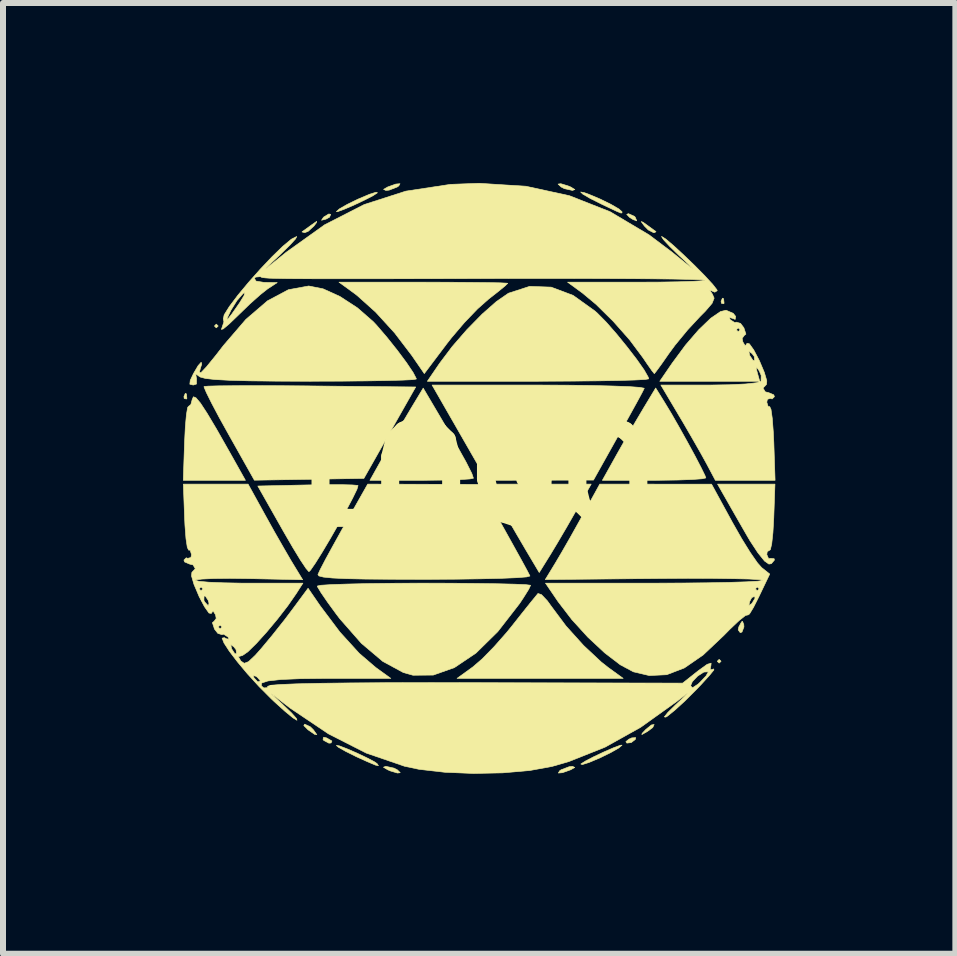
<source format=kicad_pcb>
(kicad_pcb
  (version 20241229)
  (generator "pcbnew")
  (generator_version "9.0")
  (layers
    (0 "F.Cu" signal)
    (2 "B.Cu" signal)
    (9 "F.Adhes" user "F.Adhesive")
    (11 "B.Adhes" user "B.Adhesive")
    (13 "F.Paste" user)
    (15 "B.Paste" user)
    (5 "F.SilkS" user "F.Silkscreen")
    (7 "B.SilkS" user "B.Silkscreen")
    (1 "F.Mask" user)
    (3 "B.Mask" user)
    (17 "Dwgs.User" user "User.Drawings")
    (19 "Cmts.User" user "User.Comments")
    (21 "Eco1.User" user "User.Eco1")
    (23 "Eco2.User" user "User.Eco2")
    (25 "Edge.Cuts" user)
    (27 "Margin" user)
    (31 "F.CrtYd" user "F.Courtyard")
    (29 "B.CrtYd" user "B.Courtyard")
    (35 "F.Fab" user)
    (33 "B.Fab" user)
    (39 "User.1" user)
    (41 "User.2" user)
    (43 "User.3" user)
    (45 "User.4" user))
  (footprint "LOGO"
    (layer "F.Cu")
    (at 4.905 4.892)
    (property "Reference" "LOGO" (at 0 0 0) (layer "F.SilkS") (effects (font (size 1.524 1.524) (thickness 0.3))))
    (attr through_hole)
    (fp_poly (pts (xy -4.318 -2.508) (xy -4.35 -2.477) (xy -4.381 -2.508) (xy -4.35 -2.54) (xy -4.318 -2.508)) (stroke (width 0.01) (type solid)) (fill yes) (layer "F.SilkS"))
    (fp_poly (pts (xy 4.064 3.08) (xy 4.032 3.111) (xy 4 3.08) (xy 4.032 3.048) (xy 4.064 3.08)) (stroke (width 0.01) (type solid)) (fill yes) (layer "F.SilkS"))
    (fp_poly (pts (xy -4.847 -1.376) (xy -4.84 -1.3) (xy -4.847 -1.291) (xy -4.885 -1.3) (xy -4.889 -1.333) (xy -4.866 -1.386) (xy -4.847 -1.376)) (stroke (width 0.01) (type solid)) (fill yes) (layer "F.SilkS"))
    (fp_poly (pts (xy 4.106 -2.963) (xy 4.114 -2.888) (xy 4.106 -2.879) (xy 4.069 -2.887) (xy 4.064 -2.921) (xy 4.087 -2.973) (xy 4.106 -2.963)) (stroke (width 0.01) (type solid)) (fill yes) (layer "F.SilkS"))
    (fp_poly (pts (xy -2.784 4.171) (xy -2.731 4.223) (xy -2.674 4.303) (xy -2.711 4.298) (xy -2.822 4.221) (xy -2.891 4.152) (xy -2.877 4.128) (xy -2.784 4.171)) (stroke (width 0.01) (type solid)) (fill yes) (layer "F.SilkS"))
    (fp_poly (pts (xy -2.512 4.357) (xy -2.422 4.409) (xy -2.437 4.442) (xy -2.473 4.445) (xy -2.559 4.399) (xy -2.571 4.382) (xy -2.561 4.346) (xy -2.512 4.357)) (stroke (width 0.01) (type solid)) (fill yes) (layer "F.SilkS"))
    (fp_poly (pts (xy -2.443 -4.369) (xy -2.462 -4.322) (xy -2.521 -4.29) (xy -2.596 -4.271) (xy -2.565 -4.318) (xy -2.557 -4.326) (xy -2.474 -4.376) (xy -2.443 -4.369)) (stroke (width 0.01) (type solid)) (fill yes) (layer "F.SilkS"))
    (fp_poly (pts (xy 2.622 -4.335) (xy 2.635 -4.318) (xy 2.658 -4.261) (xy 2.598 -4.282) (xy 2.54 -4.318) (xy 2.491 -4.369) (xy 2.52 -4.381) (xy 2.622 -4.335)) (stroke (width 0.01) (type solid)) (fill yes) (layer "F.SilkS"))
    (fp_poly (pts (xy 2.635 4.382) (xy 2.567 4.435) (xy 2.494 4.444) (xy 2.477 4.42) (xy 2.526 4.379) (xy 2.575 4.357) (xy 2.641 4.353) (xy 2.635 4.382)) (stroke (width 0.01) (type solid)) (fill yes) (layer "F.SilkS"))
    (fp_poly (pts (xy 2.925 4.184) (xy 2.839 4.248) (xy 2.743 4.302) (xy 2.748 4.282) (xy 2.808 4.218) (xy 2.901 4.142) (xy 2.948 4.134) (xy 2.925 4.184)) (stroke (width 0.01) (type solid)) (fill yes) (layer "F.SilkS"))
    (fp_poly (pts (xy -1.388 4.861) (xy -1.333 4.889) (xy -1.284 4.937) (xy -1.33 4.943) (xy -1.448 4.908) (xy -1.492 4.889) (xy -1.564 4.846) (xy -1.524 4.831) (xy -1.388 4.861)) (stroke (width 0.01) (type solid)) (fill yes) (layer "F.SilkS"))
    (fp_poly (pts (xy -1.308 -4.844) (xy -1.333 -4.826) (xy -1.469 -4.773) (xy -1.524 -4.768) (xy -1.562 -4.786) (xy -1.492 -4.826) (xy -1.358 -4.874) (xy -1.288 -4.88) (xy -1.308 -4.844)) (stroke (width 0.01) (type solid)) (fill yes) (layer "F.SilkS"))
    (fp_poly (pts (xy 1.512 -4.844) (xy 1.556 -4.826) (xy 1.627 -4.783) (xy 1.587 -4.768) (xy 1.452 -4.798) (xy 1.397 -4.826) (xy 1.347 -4.874) (xy 1.393 -4.88) (xy 1.512 -4.844)) (stroke (width 0.01) (type solid)) (fill yes) (layer "F.SilkS"))
    (fp_poly (pts (xy 1.625 4.85) (xy 1.556 4.889) (xy 1.421 4.937) (xy 1.352 4.943) (xy 1.371 4.908) (xy 1.397 4.889) (xy 1.533 4.837) (xy 1.587 4.831) (xy 1.625 4.85)) (stroke (width 0.01) (type solid)) (fill yes) (layer "F.SilkS"))
    (fp_poly (pts (xy 4.442 2.465) (xy 4.445 2.508) (xy 4.412 2.593) (xy 4.383 2.603) (xy 4.349 2.557) (xy 4.359 2.508) (xy 4.404 2.425) (xy 4.42 2.413) (xy 4.442 2.465)) (stroke (width 0.01) (type solid)) (fill yes) (layer "F.SilkS"))
    (fp_poly (pts (xy -2.68 -4.231) (xy -2.722 -4.175) (xy -2.819 -4.086) (xy -2.876 -4.064) (xy -2.921 -4.076) (xy -2.916 -4.082) (xy -2.85 -4.129) (xy -2.762 -4.193) (xy -2.676 -4.253) (xy -2.68 -4.231)) (stroke (width 0.01) (type solid)) (fill yes) (layer "F.SilkS"))
    (fp_poly (pts (xy 2.762 -4.239) (xy 2.826 -4.193) (xy 2.933 -4.115) (xy 2.979 -4.082) (xy 2.958 -4.065) (xy 2.939 -4.064) (xy 2.851 -4.109) (xy 2.786 -4.175) (xy 2.732 -4.249) (xy 2.762 -4.239)) (stroke (width 0.01) (type solid)) (fill yes) (layer "F.SilkS"))
    (fp_poly (pts (xy 1.638 0.587) (xy 1.489 0.847) (xy 1.338 1.104) (xy 1.216 1.307) (xy 1.205 1.324) (xy 1.033 1.601) (xy 0.812 1.229) (xy 0.655 0.961) (xy 0.485 0.668) (xy 0.386 0.492) (xy 0.181 0.127) (xy 1.899 0.127) (xy 1.638 0.587)) (stroke (width 0.01) (type solid)) (fill yes) (layer "F.SilkS"))
    (fp_poly (pts (xy -2.299 4.49) (xy -2.173 4.538) (xy -2.009 4.609) (xy -1.844 4.687) (xy -1.716 4.754) (xy -1.669 4.787) (xy -1.647 4.82) (xy -1.696 4.811) (xy -1.831 4.754) (xy -2.016 4.67) (xy -2.195 4.581) (xy -2.316 4.512) (xy -2.349 4.483) (xy -2.299 4.49)) (stroke (width 0.01) (type solid)) (fill yes) (layer "F.SilkS"))
    (fp_poly (pts (xy -1.663 -4.729) (xy -1.665 -4.728) (xy -1.741 -4.678) (xy -1.882 -4.606) (xy -2.051 -4.526) (xy -2.209 -4.458) (xy -2.32 -4.417) (xy -2.349 -4.415) (xy -2.297 -4.461) (xy -2.164 -4.537) (xy -1.987 -4.623) (xy -1.803 -4.701) (xy -1.796 -4.704) (xy -1.687 -4.738) (xy -1.663 -4.729)) (stroke (width 0.01) (type solid)) (fill yes) (layer "F.SilkS"))
    (fp_poly (pts (xy 1.784 -4.731) (xy 1.859 -4.704) (xy 2.049 -4.624) (xy 2.228 -4.536) (xy 2.361 -4.459) (xy 2.413 -4.412) (xy 2.412 -4.392) (xy 2.391 -4.392) (xy 2.322 -4.421) (xy 2.178 -4.489) (xy 2.077 -4.537) (xy 1.88 -4.636) (xy 1.759 -4.707) (xy 1.723 -4.742) (xy 1.784 -4.731)) (stroke (width 0.01) (type solid)) (fill yes) (layer "F.SilkS"))
    (fp_poly (pts (xy 2.361 4.524) (xy 2.228 4.6) (xy 2.051 4.687) (xy 1.867 4.765) (xy 1.859 4.768) (xy 1.751 4.802) (xy 1.727 4.793) (xy 1.728 4.791) (xy 1.805 4.742) (xy 1.946 4.669) (xy 2.114 4.59) (xy 2.273 4.521) (xy 2.384 4.48) (xy 2.413 4.478) (xy 2.361 4.524)) (stroke (width 0.01) (type solid)) (fill yes) (layer "F.SilkS"))
    (fp_poly (pts (xy -4.688 -1.311) (xy -4.613 -1.222) (xy -4.502 -1.052) (xy -4.347 -0.792) (xy -4.142 -0.431) (xy -4.069 -0.302) (xy -3.864 0.064) (xy -4.9 0.064) (xy -4.879 -0.565) (xy -4.866 -0.827) (xy -4.848 -1.029) (xy -4.828 -1.148) (xy -4.815 -1.167) (xy -4.774 -1.199) (xy -4.751 -1.285) (xy -4.731 -1.329) (xy -4.688 -1.311)) (stroke (width 0.01) (type solid)) (fill yes) (layer "F.SilkS"))
    (fp_poly (pts (xy -0.583 -0.934) (xy -0.351 -0.535) (xy -0.187 -0.241) (xy -0.091 -0.051) (xy -0.064 0.029) (xy -0.123 0.041) (xy -0.287 0.052) (xy -0.531 0.06) (xy -0.833 0.063) (xy -0.926 0.064) (xy -1.789 0.064) (xy -1.549 -0.365) (xy -1.397 -0.635) (xy -1.234 -0.917) (xy -1.106 -1.133) (xy -0.901 -1.473) (xy -0.583 -0.934)) (stroke (width 0.01) (type solid)) (fill yes) (layer "F.SilkS"))
    (fp_poly (pts (xy -3.275 -1.513) (xy -2.82 -1.51) (xy -2.777 -1.509) (xy -1.026 -1.492) (xy -1.89 0.032) (xy -2.802 0.047) (xy -3.715 0.062) (xy -4.147 -0.706) (xy -4.302 -0.985) (xy -4.428 -1.223) (xy -4.515 -1.398) (xy -4.554 -1.491) (xy -4.554 -1.5) (xy -4.486 -1.506) (xy -4.308 -1.511) (xy -4.035 -1.513) (xy -3.686 -1.514) (xy -3.275 -1.513)) (stroke (width 0.01) (type solid)) (fill yes) (layer "F.SilkS"))
    (fp_poly (pts (xy 1.488 -1.522) (xy 1.903 -1.517) (xy 2.256 -1.508) (xy 2.531 -1.498) (xy 2.711 -1.485) (xy 2.783 -1.471) (xy 2.783 -1.469) (xy 2.746 -1.395) (xy 2.659 -1.234) (xy 2.533 -1.006) (xy 2.382 -0.735) (xy 2.349 -0.677) (xy 1.937 0.06) (xy 1.047 0.062) (xy 0.158 0.064) (xy -0.753 -1.524) (xy 1.026 -1.524) (xy 1.488 -1.522)) (stroke (width 0.01) (type solid)) (fill yes) (layer "F.SilkS"))
    (fp_poly (pts (xy 1.07 1.969) (xy 1.167 2.071) (xy 1.235 2.165) (xy 1.479 2.492) (xy 1.771 2.816) (xy 2.066 3.092) (xy 2.184 3.185) (xy 2.432 3.365) (xy -0.337 3.365) (xy -0.074 3.175) (xy 0.084 3.039) (xy 0.283 2.835) (xy 0.491 2.599) (xy 0.577 2.493) (xy 0.747 2.278) (xy 0.89 2.099) (xy 0.986 1.982) (xy 1.012 1.95) (xy 1.07 1.969)) (stroke (width 0.01) (type solid)) (fill yes) (layer "F.SilkS"))
    (fp_poly (pts (xy 3.126 -1.23) (xy 3.237 -1.046) (xy 3.367 -0.819) (xy 3.503 -0.575) (xy 3.63 -0.342) (xy 3.732 -0.146) (xy 3.796 -0.015) (xy 3.81 0.024) (xy 3.75 0.038) (xy 3.587 0.05) (xy 3.342 0.059) (xy 3.04 0.063) (xy 2.947 0.064) (xy 2.085 0.064) (xy 2.324 -0.365) (xy 2.477 -0.635) (xy 2.64 -0.917) (xy 2.769 -1.135) (xy 2.974 -1.475) (xy 3.126 -1.23)) (stroke (width 0.01) (type solid)) (fill yes) (layer "F.SilkS"))
    (fp_poly (pts (xy -2.08 0.141) (xy -1.991 0.149) (xy -1.987 0.151) (xy -2.005 0.213) (xy -2.076 0.359) (xy -2.183 0.562) (xy -2.314 0.798) (xy -2.453 1.041) (xy -2.587 1.266) (xy -2.701 1.448) (xy -2.78 1.562) (xy -2.806 1.587) (xy -2.852 1.535) (xy -2.947 1.393) (xy -3.076 1.181) (xy -3.228 0.919) (xy -3.254 0.873) (xy -3.658 0.159) (xy -2.837 0.141) (xy -2.527 0.136) (xy -2.267 0.136) (xy -2.08 0.141)) (stroke (width 0.01) (type solid)) (fill yes) (layer "F.SilkS"))
    (fp_poly (pts (xy -0.491 -3.238) (xy -0.13 -3.235) (xy 0.166 -3.232) (xy 0.381 -3.228) (xy 0.494 -3.222) (xy 0.508 -3.22) (xy 0.462 -3.175) (xy 0.341 -3.076) (xy 0.19 -2.958) (xy 0.005 -2.794) (xy -0.214 -2.566) (xy -0.43 -2.312) (xy -0.506 -2.215) (xy -0.883 -1.715) (xy -1.09 -2.016) (xy -1.378 -2.394) (xy -1.694 -2.74) (xy -2.003 -3.017) (xy -2.057 -3.058) (xy -2.305 -3.239) (xy -0.899 -3.239) (xy -0.491 -3.238)) (stroke (width 0.01) (type solid)) (fill yes) (layer "F.SilkS"))
    (fp_poly (pts (xy 4.942 0.692) (xy 4.928 0.938) (xy 4.908 1.123) (xy 4.885 1.22) (xy 4.874 1.228) (xy 4.833 1.253) (xy 4.826 1.302) (xy 4.856 1.37) (xy 4.889 1.365) (xy 4.948 1.37) (xy 4.953 1.393) (xy 4.902 1.453) (xy 4.861 1.46) (xy 4.788 1.409) (xy 4.677 1.271) (xy 4.547 1.073) (xy 4.504 1) (xy 4.363 0.755) (xy 4.232 0.526) (xy 4.135 0.355) (xy 4.122 0.333) (xy 4.005 0.127) (xy 4.962 0.127) (xy 4.942 0.692)) (stroke (width 0.01) (type solid)) (fill yes) (layer "F.SilkS"))
    (fp_poly (pts (xy 0.032 0.132) (xy 0.445 0.868) (xy 0.599 1.145) (xy 0.731 1.383) (xy 0.827 1.559) (xy 0.875 1.652) (xy 0.878 1.659) (xy 0.823 1.674) (xy 0.656 1.687) (xy 0.393 1.698) (xy 0.049 1.706) (xy -0.361 1.712) (xy -0.821 1.714) (xy -0.888 1.714) (xy -1.433 1.713) (xy -1.862 1.71) (xy -2.185 1.703) (xy -2.416 1.692) (xy -2.563 1.677) (xy -2.639 1.658) (xy -2.656 1.635) (xy -2.618 1.552) (xy -2.53 1.383) (xy -2.403 1.151) (xy -2.252 0.879) (xy -2.23 0.841) (xy -1.826 0.127) (xy 0.032 0.132)) (stroke (width 0.01) (type solid)) (fill yes) (layer "F.SilkS"))
    (fp_poly (pts (xy 1.232 -3.156) (xy 1.597 -3.019) (xy 1.963 -2.757) (xy 2.004 -2.72) (xy 2.149 -2.573) (xy 2.32 -2.378) (xy 2.495 -2.163) (xy 2.656 -1.954) (xy 2.781 -1.776) (xy 2.85 -1.655) (xy 2.857 -1.627) (xy 2.797 -1.617) (xy 2.625 -1.608) (xy 2.357 -1.6) (xy 2.01 -1.594) (xy 1.599 -1.59) (xy 1.139 -1.588) (xy 1.013 -1.587) (xy -0.832 -1.587) (xy -0.626 -1.889) (xy -0.418 -2.165) (xy -0.173 -2.447) (xy 0.081 -2.706) (xy 0.319 -2.916) (xy 0.513 -3.05) (xy 0.521 -3.055) (xy 0.873 -3.169) (xy 1.232 -3.156)) (stroke (width 0.01) (type solid)) (fill yes) (layer "F.SilkS"))
    (fp_poly (pts (xy -0.429 1.779) (xy -0.013 1.783) (xy 0.343 1.788) (xy 0.623 1.795) (xy 0.809 1.803) (xy 0.888 1.813) (xy 0.889 1.814) (xy 0.856 1.883) (xy 0.771 2.019) (xy 0.706 2.117) (xy 0.342 2.586) (xy -0.022 2.944) (xy -0.382 3.186) (xy -0.733 3.31) (xy -1.071 3.313) (xy -1.232 3.268) (xy -1.575 3.082) (xy -1.932 2.78) (xy -2.291 2.371) (xy -2.344 2.302) (xy -2.491 2.101) (xy -2.603 1.938) (xy -2.662 1.84) (xy -2.666 1.826) (xy -2.606 1.813) (xy -2.434 1.802) (xy -2.168 1.793) (xy -1.822 1.785) (xy -1.414 1.78) (xy -0.96 1.778) (xy -0.889 1.778) (xy -0.429 1.779)) (stroke (width 0.01) (type solid)) (fill yes) (layer "F.SilkS"))
    (fp_poly (pts (xy -2.57 -3.128) (xy -2.288 -3) (xy -1.998 -2.811) (xy -1.734 -2.581) (xy -1.677 -2.52) (xy -1.504 -2.318) (xy -1.332 -2.102) (xy -1.18 -1.898) (xy -1.069 -1.733) (xy -1.017 -1.633) (xy -1.016 -1.624) (xy -1.077 -1.614) (xy -1.248 -1.606) (xy -1.515 -1.599) (xy -1.86 -1.593) (xy -2.268 -1.589) (xy -2.722 -1.588) (xy -2.781 -1.587) (xy -3.342 -1.589) (xy -3.787 -1.594) (xy -4.126 -1.603) (xy -4.37 -1.616) (xy -4.53 -1.634) (xy -4.616 -1.657) (xy -4.632 -1.667) (xy -4.692 -1.71) (xy -4.683 -1.648) (xy -4.679 -1.635) (xy -4.68 -1.541) (xy -4.734 -1.524) (xy -4.791 -1.538) (xy -4.784 -1.602) (xy -4.731 -1.714) (xy -4.653 -1.847) (xy -4.602 -1.904) (xy -4.592 -1.874) (xy -4.613 -1.81) (xy -4.634 -1.729) (xy -4.602 -1.734) (xy -4.511 -1.83) (xy -4.356 -2.021) (xy -4.229 -2.185) (xy -3.856 -2.619) (xy -3.496 -2.928) (xy -3.148 -3.113) (xy -2.811 -3.175) (xy -2.809 -3.175) (xy -2.57 -3.128)) (stroke (width 0.01) (type solid)) (fill yes) (layer "F.SilkS"))
    (fp_poly (pts (xy 3.905 0.128) (xy 4.255 0.769) (xy 4.407 1.036) (xy 4.552 1.27) (xy 4.671 1.441) (xy 4.739 1.518) (xy 4.875 1.626) (xy 4.694 2.004) (xy 4.604 2.182) (xy 4.538 2.291) (xy 4.511 2.309) (xy 4.511 2.307) (xy 4.47 2.317) (xy 4.362 2.403) (xy 4.206 2.551) (xy 4.112 2.647) (xy 3.765 2.975) (xy 3.452 3.191) (xy 3.158 3.304) (xy 2.867 3.318) (xy 2.603 3.256) (xy 2.384 3.139) (xy 2.123 2.939) (xy 1.845 2.68) (xy 1.577 2.386) (xy 1.397 2.151) (xy 4.525 2.151) (xy 4.572 2.121) (xy 4.58 2.112) (xy 4.63 2.029) (xy 4.623 1.999) (xy 4.576 2.018) (xy 4.544 2.077) (xy 4.525 2.151) (xy 1.397 2.151) (xy 1.344 2.082) (xy 1.343 2.08) (xy 1.202 1.873) (xy 4.636 1.873) (xy 4.667 1.905) (xy 4.699 1.873) (xy 4.667 1.841) (xy 4.636 1.873) (xy 1.202 1.873) (xy 1.137 1.778) (xy 2.95 1.778) (xy 3.415 1.776) (xy 3.836 1.772) (xy 4.197 1.765) (xy 4.481 1.756) (xy 4.675 1.745) (xy 4.76 1.733) (xy 4.763 1.73) (xy 4.702 1.719) (xy 4.53 1.709) (xy 4.263 1.703) (xy 3.916 1.698) (xy 3.507 1.697) (xy 3.049 1.7) (xy 2.948 1.701) (xy 1.134 1.718) (xy 1.299 1.447) (xy 1.407 1.264) (xy 1.55 1.015) (xy 1.702 0.743) (xy 1.753 0.651) (xy 2.042 0.127) (xy 3.905 0.128)) (stroke (width 0.01) (type solid)) (fill yes) (layer "F.SilkS"))
    (fp_poly (pts (xy 4.267 -2.719) (xy 4.307 -2.668) (xy 4.299 -2.618) (xy 4.253 -2.636) (xy 4.201 -2.652) (xy 4.217 -2.612) (xy 4.292 -2.565) (xy 4.319 -2.572) (xy 4.388 -2.552) (xy 4.444 -2.478) (xy 4.478 -2.373) (xy 4.449 -2.35) (xy 4.415 -2.302) (xy 4.427 -2.242) (xy 4.467 -2.176) (xy 4.497 -2.22) (xy 4.535 -2.212) (xy 4.608 -2.11) (xy 4.7 -1.935) (xy 4.702 -1.931) (xy 4.784 -1.737) (xy 4.826 -1.595) (xy 4.821 -1.535) (xy 4.763 -1.474) (xy 4.8 -1.411) (xy 4.858 -1.397) (xy 4.942 -1.361) (xy 4.953 -1.33) (xy 4.914 -1.292) (xy 4.889 -1.302) (xy 4.836 -1.287) (xy 4.826 -1.238) (xy 4.849 -1.164) (xy 4.874 -1.165) (xy 4.896 -1.118) (xy 4.917 -0.97) (xy 4.934 -0.746) (xy 4.943 -0.565) (xy 4.964 0.064) (xy 3.969 0.064) (xy 3.823 -0.211) (xy 3.723 -0.392) (xy 3.582 -0.639) (xy 3.426 -0.908) (xy 3.368 -1.005) (xy 3.06 -1.524) (xy 3.876 -1.524) (xy 4.205 -1.529) (xy 4.471 -1.542) (xy 4.653 -1.562) (xy 4.73 -1.587) (xy 4.73 -1.587) (xy 4.732 -1.686) (xy 4.699 -1.762) (xy 4.652 -1.828) (xy 4.654 -1.785) (xy 4.668 -1.73) (xy 4.708 -1.587) (xy 3.042 -1.587) (xy 3.249 -1.889) (xy 3.397 -2.089) (xy 4.526 -2.089) (xy 4.54 -2.025) (xy 4.544 -2.013) (xy 4.595 -1.936) (xy 4.623 -1.935) (xy 4.616 -2.002) (xy 4.58 -2.049) (xy 4.526 -2.089) (xy 3.397 -2.089) (xy 3.472 -2.191) (xy 3.691 -2.445) (xy 4.318 -2.445) (xy 4.35 -2.413) (xy 4.381 -2.445) (xy 4.35 -2.477) (xy 4.318 -2.445) (xy 3.691 -2.445) (xy 3.691 -2.445) (xy 3.891 -2.637) (xy 4.054 -2.749) (xy 4.147 -2.771) (xy 4.267 -2.719)) (stroke (width 0.01) (type solid)) (fill yes) (layer "F.SilkS"))
    (fp_poly (pts (xy 0.814 -4.837) (xy 1.536 -4.68) (xy 2.214 -4.413) (xy 2.864 -4.027) (xy 3.249 -3.737) (xy 3.455 -3.569) (xy 3.568 -3.48) (xy 3.591 -3.467) (xy 3.529 -3.529) (xy 3.386 -3.663) (xy 3.369 -3.678) (xy 3.211 -3.832) (xy 3.105 -3.946) (xy 3.071 -3.999) (xy 3.074 -4.001) (xy 3.142 -3.958) (xy 3.272 -3.848) (xy 3.44 -3.693) (xy 3.621 -3.519) (xy 3.79 -3.348) (xy 3.923 -3.204) (xy 3.994 -3.113) (xy 4 -3.097) (xy 3.959 -3.072) (xy 3.921 -3.088) (xy 3.874 -3.107) (xy 3.914 -3.047) (xy 3.919 -3.04) (xy 3.948 -2.972) (xy 3.914 -2.886) (xy 3.804 -2.758) (xy 3.71 -2.663) (xy 3.505 -2.442) (xy 3.295 -2.187) (xy 3.193 -2.048) (xy 3.073 -1.876) (xy 2.985 -1.756) (xy 2.951 -1.714) (xy 2.912 -1.762) (xy 2.826 -1.885) (xy 2.761 -1.981) (xy 2.541 -2.276) (xy 2.267 -2.586) (xy 1.981 -2.868) (xy 1.753 -3.058) (xy 1.505 -3.239) (xy 2.668 -3.239) (xy 3.034 -3.24) (xy 3.348 -3.245) (xy 3.593 -3.253) (xy 3.749 -3.262) (xy 3.797 -3.273) (xy 3.729 -3.279) (xy 3.546 -3.285) (xy 3.261 -3.291) (xy 2.886 -3.295) (xy 2.434 -3.298) (xy 1.918 -3.3) (xy 1.349 -3.301) (xy 0.741 -3.301) (xy 0.723 -3.301) (xy -0.118 -3.299) (xy -0.84 -3.297) (xy -1.454 -3.296) (xy -1.967 -3.296) (xy -2.39 -3.296) (xy -2.732 -3.296) (xy -3.001 -3.297) (xy -3.206 -3.299) (xy -3.357 -3.302) (xy -3.462 -3.305) (xy -3.531 -3.31) (xy -3.573 -3.315) (xy -3.597 -3.321) (xy -3.612 -3.329) (xy -3.616 -3.331) (xy -3.697 -3.323) (xy -3.714 -3.303) (xy -3.689 -3.257) (xy -3.561 -3.236) (xy -3.544 -3.235) (xy -3.334 -3.232) (xy -3.493 -3.128) (xy -3.616 -3.031) (xy -3.791 -2.875) (xy -3.979 -2.693) (xy -3.988 -2.684) (xy -4.137 -2.541) (xy -4.235 -2.459) (xy -4.266 -2.452) (xy -4.26 -2.466) (xy -4.223 -2.577) (xy -4.233 -2.624) (xy -4.23 -2.638) (xy -4.169 -2.638) (xy -4.165 -2.615) (xy -4.097 -2.7) (xy -3.965 -2.889) (xy -3.888 -3.014) (xy -3.874 -3.066) (xy -3.902 -3.051) (xy -4.006 -2.932) (xy -4.107 -2.769) (xy -4.108 -2.767) (xy -4.169 -2.638) (xy -4.23 -2.638) (xy -4.219 -2.694) (xy -4.133 -2.832) (xy -3.992 -3.019) (xy -3.815 -3.232) (xy -3.619 -3.453) (xy -3.422 -3.661) (xy -3.243 -3.835) (xy -3.099 -3.955) (xy -3.01 -4) (xy -3.009 -4) (xy -3.028 -3.961) (xy -3.122 -3.858) (xy -3.272 -3.711) (xy -3.306 -3.678) (xy -3.456 -3.538) (xy -3.525 -3.47) (xy -3.51 -3.475) (xy -3.406 -3.558) (xy -3.208 -3.718) (xy -3.185 -3.737) (xy -2.543 -4.196) (xy -1.884 -4.533) (xy -1.191 -4.756) (xy -0.447 -4.869) (xy 0.032 -4.887) (xy 0.814 -4.837)) (stroke (width 0.01) (type solid)) (fill yes) (layer "F.SilkS"))
    (fp_poly (pts (xy -3.531 0.651) (xy -3.381 0.921) (xy -3.231 1.183) (xy -3.108 1.395) (xy -3.076 1.448) (xy -2.91 1.721) (xy -3.804 1.702) (xy -4.125 1.698) (xy -4.395 1.701) (xy -4.591 1.71) (xy -4.691 1.724) (xy -4.699 1.73) (xy -4.639 1.747) (xy -4.475 1.762) (xy -4.229 1.772) (xy -3.924 1.778) (xy -3.803 1.778) (xy -2.906 1.778) (xy -3.018 1.953) (xy -3.159 2.156) (xy -3.331 2.378) (xy -3.512 2.595) (xy -3.683 2.784) (xy -3.823 2.921) (xy -3.912 2.983) (xy -3.92 2.985) (xy -3.982 3.003) (xy -3.941 3.075) (xy -3.939 3.077) (xy -3.884 3.114) (xy -3.813 3.087) (xy -3.701 2.981) (xy -3.603 2.871) (xy -3.419 2.65) (xy -3.214 2.392) (xy -3.082 2.217) (xy -2.82 1.863) (xy -2.617 2.158) (xy -2.29 2.593) (xy -1.967 2.948) (xy -1.693 3.183) (xy -1.441 3.365) (xy -2.495 3.365) (xy -2.944 3.37) (xy -3.273 3.384) (xy -3.488 3.408) (xy -3.595 3.443) (xy -3.599 3.49) (xy -3.557 3.524) (xy -3.498 3.52) (xy -3.493 3.497) (xy -3.461 3.487) (xy 3.556 3.487) (xy 3.586 3.523) (xy 3.68 3.461) (xy 3.714 3.429) (xy 3.814 3.323) (xy 3.85 3.259) (xy 3.848 3.255) (xy 3.777 3.26) (xy 3.674 3.326) (xy 3.585 3.419) (xy 3.556 3.487) (xy -3.461 3.487) (xy -3.44 3.48) (xy -3.279 3.467) (xy -3.009 3.456) (xy -2.625 3.447) (xy -2.125 3.441) (xy -1.506 3.437) (xy -0.766 3.436) (xy -0.034 3.437) (xy 3.424 3.444) (xy 3.681 3.24) (xy 3.832 3.131) (xy 3.898 3.111) (xy 3.895 3.148) (xy 3.881 3.225) (xy 3.942 3.208) (xy 3.943 3.226) (xy 3.868 3.318) (xy 3.734 3.465) (xy 3.651 3.552) (xy 3.462 3.741) (xy 3.291 3.897) (xy 3.168 3.996) (xy 3.143 4.011) (xy 3.118 4.007) (xy 3.176 3.934) (xy 3.302 3.81) (xy 3.45 3.671) (xy 3.507 3.614) (xy 3.475 3.634) (xy 3.356 3.726) (xy 3.334 3.744) (xy 2.724 4.18) (xy 2.131 4.511) (xy 1.529 4.751) (xy 1.246 4.833) (xy 0.873 4.901) (xy 0.423 4.94) (xy -0.064 4.95) (xy -0.542 4.93) (xy -0.97 4.881) (xy -1.211 4.83) (xy -1.851 4.61) (xy -2.48 4.29) (xy -3.118 3.861) (xy -3.27 3.744) (xy -3.397 3.645) (xy -3.436 3.619) (xy -3.384 3.67) (xy -3.24 3.802) (xy -3.239 3.804) (xy -3.098 3.939) (xy -3.014 4.033) (xy -3.005 4.064) (xy -3.072 4.023) (xy -3.205 3.914) (xy -3.379 3.757) (xy -3.439 3.7) (xy -3.639 3.499) (xy -3.802 3.32) (xy -3.736 3.32) (xy -3.721 3.356) (xy -3.657 3.424) (xy -3.62 3.41) (xy -3.619 3.401) (xy -3.665 3.347) (xy -3.693 3.328) (xy -3.736 3.32) (xy -3.802 3.32) (xy -3.829 3.291) (xy -3.997 3.09) (xy -4.132 2.913) (xy -4.205 2.8) (xy -4.11 2.8) (xy -4.096 2.864) (xy -4.092 2.876) (xy -4.041 2.954) (xy -4.013 2.954) (xy -4.02 2.887) (xy -4.056 2.841) (xy -4.11 2.8) (xy -4.205 2.8) (xy -4.221 2.776) (xy -4.253 2.695) (xy -4.216 2.686) (xy -4.181 2.705) (xy -4.138 2.712) (xy -4.154 2.676) (xy -4.228 2.628) (xy -4.256 2.636) (xy -4.324 2.615) (xy -4.381 2.542) (xy -4.391 2.508) (xy -4.318 2.508) (xy -4.286 2.54) (xy -4.255 2.508) (xy -4.286 2.477) (xy -4.318 2.508) (xy -4.391 2.508) (xy -4.415 2.437) (xy -4.386 2.413) (xy -4.351 2.366) (xy -4.363 2.305) (xy -4.404 2.239) (xy -4.433 2.283) (xy -4.472 2.276) (xy -4.545 2.173) (xy -4.602 2.066) (xy -4.556 2.066) (xy -4.543 2.091) (xy -4.482 2.157) (xy -4.471 2.111) (xy -4.487 2.061) (xy -4.533 1.992) (xy -4.554 1.993) (xy -4.556 2.066) (xy -4.602 2.066) (xy -4.637 1.999) (xy -4.639 1.994) (xy -4.69 1.873) (xy -4.636 1.873) (xy -4.604 1.905) (xy -4.572 1.873) (xy -4.604 1.841) (xy -4.636 1.873) (xy -4.69 1.873) (xy -4.721 1.801) (xy -4.763 1.658) (xy -4.757 1.598) (xy -4.7 1.537) (xy -4.737 1.474) (xy -4.794 1.46) (xy -4.879 1.424) (xy -4.889 1.393) (xy -4.851 1.355) (xy -4.826 1.365) (xy -4.772 1.35) (xy -4.763 1.302) (xy -4.785 1.228) (xy -4.81 1.228) (xy -4.833 1.182) (xy -4.855 1.037) (xy -4.872 0.817) (xy -4.878 0.692) (xy -4.899 0.127) (xy -3.82 0.127) (xy -3.531 0.651)) (stroke (width 0.01) (type solid)) (fill yes) (layer "F.SilkS")))
  (gr_rect
    (start -3 -3)
    (end 12.874 12.847)
    (stroke (width 0.1) (type default))
    (fill no)
    (layer "Edge.Cuts")))
</source>
